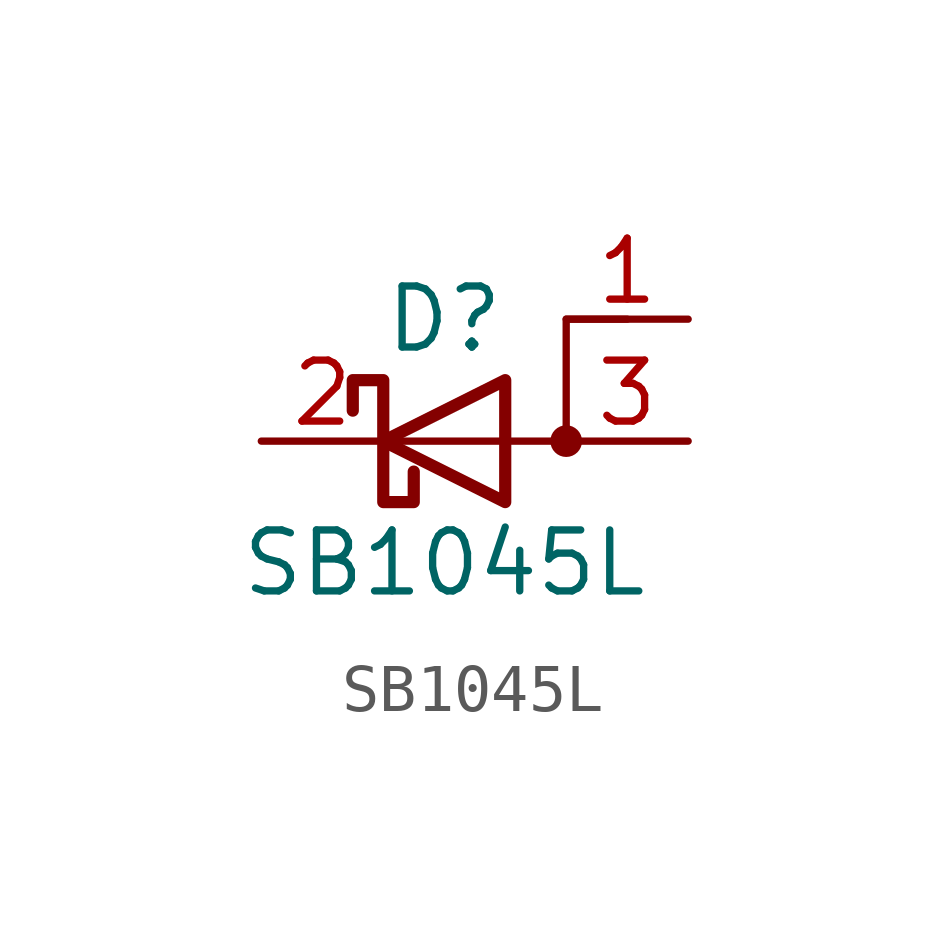
<source format=kicad_sym>
(kicad_symbol_lib
  (version 20241209)
  (generator "kicad_symbol_editor")
  (generator_version "9.0")
  (symbol "SB1045L"
    (pin_names
      (offset 0)
      (hide yes))
    (property "Reference" "D"
      (at 0 2.54 0)
      (effects (font (size 1.27 1.27))))
    (property "Value" "SB1045L"
      (at 0 -2.54 0)
      (effects (font (size 1.27 1.27))))
    (symbol "SB1045L_0_1"
      (polyline (pts (xy -1.905 0.635) (xy -1.905 1.27) (xy -1.27 1.27) (xy -1.27 -1.27) (xy -0.635 -1.27) (xy -0.635 -0.635)) (stroke (width 0.254) (type default)) (fill (type none)))
      (polyline (pts (xy 1.27 1.27) (xy 1.27 -1.27) (xy -1.27 0) (xy 1.27 1.27)) (stroke (width 0.254) (type default)) (fill (type none)))
      (circle (center 2.54 0) (radius 0.254) (stroke (width 0) (type default)) (fill (type outline)))
      (polyline (pts (xy 3.81 2.54) (xy 2.54 2.54) (xy 2.54 0) (xy -1.27 0)) (stroke (width 0) (type default)) (fill (type none))))
    (symbol "SB1045L_1_1"
      (pin passive line (at -3.81 0 0) (length 2.54) (name "K" (effects (font (size 1.27 1.27)))) (number "2" (effects (font (size 1.27 1.27)))))
      (pin passive line (at 5.08 2.54 180) (length 2.54) (name "A" (effects (font (size 1.27 1.27)))) (number "1" (effects (font (size 1.27 1.27)))))
      (pin passive line (at 5.08 0 180) (length 2.54) (name "A" (effects (font (size 1.27 1.27)))) (number "3" (effects (font (size 1.27 1.27))))))))
</source>
